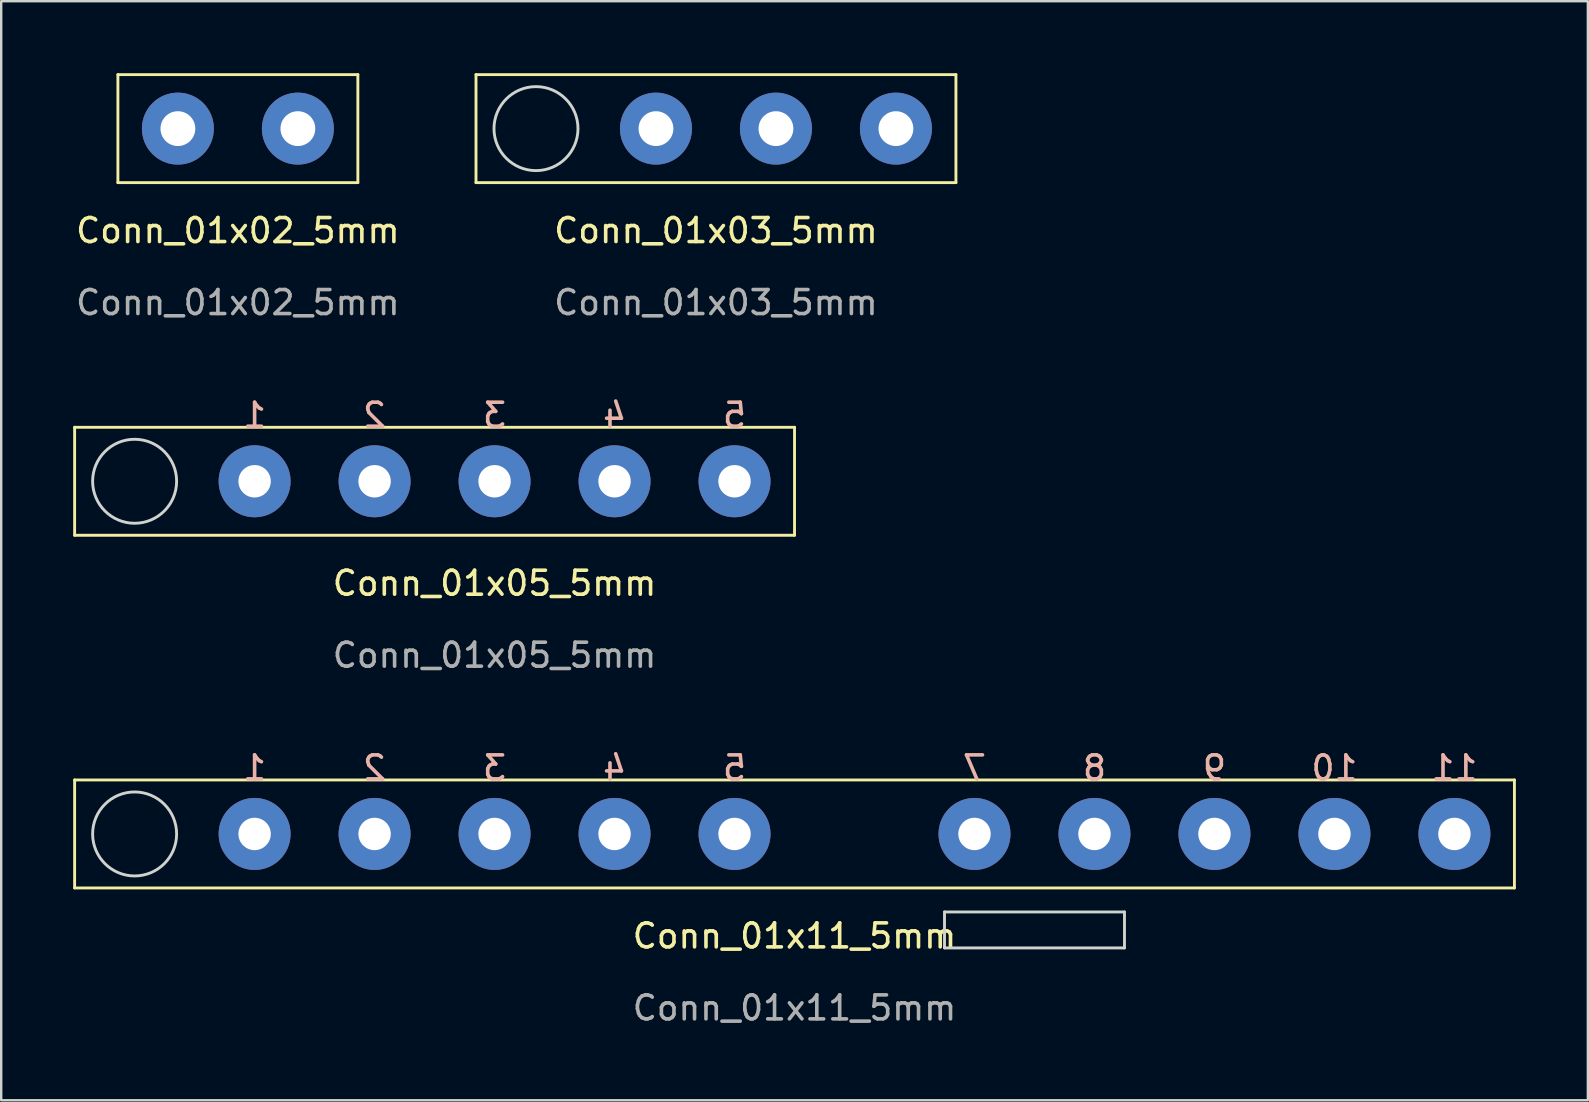
<source format=kicad_pcb>
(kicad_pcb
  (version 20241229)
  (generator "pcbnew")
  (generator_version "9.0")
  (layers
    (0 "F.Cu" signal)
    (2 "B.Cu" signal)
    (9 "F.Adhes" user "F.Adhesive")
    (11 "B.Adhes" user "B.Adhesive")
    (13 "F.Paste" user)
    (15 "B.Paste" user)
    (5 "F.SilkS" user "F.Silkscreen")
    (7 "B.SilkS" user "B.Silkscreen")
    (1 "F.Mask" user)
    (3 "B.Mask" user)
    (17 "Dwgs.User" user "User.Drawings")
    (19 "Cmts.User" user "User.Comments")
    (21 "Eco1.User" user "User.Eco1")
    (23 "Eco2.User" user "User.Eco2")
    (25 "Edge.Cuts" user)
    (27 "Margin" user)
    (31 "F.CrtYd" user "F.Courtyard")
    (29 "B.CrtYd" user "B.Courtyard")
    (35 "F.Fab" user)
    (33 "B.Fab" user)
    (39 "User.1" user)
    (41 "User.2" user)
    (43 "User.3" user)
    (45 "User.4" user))
  (footprint "Conn_01x02_5mm"
    (layer "F.Cu")
    (at 6.863 7.06)
    (property "Reference" "Conn_01x02_5mm" (at 0 -0.5 0) (unlocked yes) (layer "F.SilkS") (effects (font (size 1 1) (thickness 0.15))))
    (attr through_hole)
    (fp_line (start -5 -7) (end -5 -2.5) (stroke (width 0.12) (type default)) (layer "F.SilkS"))
    (fp_line (start -5 -2.5) (end 5 -2.5) (stroke (width 0.12) (type default)) (layer "F.SilkS"))
    (fp_line (start 5 -7) (end -5 -7) (stroke (width 0.12) (type default)) (layer "F.SilkS"))
    (fp_line (start 5 -2.5) (end 5 -7) (stroke (width 0.12) (type default)) (layer "F.SilkS"))
    (fp_text user "${REFERENCE}" (at 0 2.5 0) (unlocked yes) (layer "F.Fab") (effects (font (size 1 1) (thickness 0.15))))
    (pad "1" thru_hole circle (at -2.5 -4.75) (size 3 3) (drill 1.45) (layers "*.Cu" "*.Mask") (remove_unused_layers yes) (keep_end_layers yes) (zone_layer_connections))
    (pad "2" thru_hole circle (at 2.5 -4.75) (size 3 3) (drill 1.45) (layers "*.Cu" "*.Mask") (remove_unused_layers yes) (keep_end_layers yes) (zone_layer_connections)))
  (footprint "Conn_01x11_5mm"
    (layer "F.Cu")
    (at 7.56 31.703)
    (property "Reference" "Conn_01x11_5mm" (at 22.5 4.25 0) (unlocked yes) (layer "F.SilkS") (effects (font (size 1 1) (thickness 0.15))))
    (attr through_hole)
    (fp_line (start -7.5 -2.25) (end -7.5 2.25) (stroke (width 0.12) (type default)) (layer "F.SilkS"))
    (fp_line (start -7.5 2.25) (end 52.5 2.25) (stroke (width 0.12) (type default)) (layer "F.SilkS"))
    (fp_line (start 52.5 -2.25) (end -7.5 -2.25) (stroke (width 0.12) (type default)) (layer "F.SilkS"))
    (fp_line (start 52.5 2.25) (end 52.5 -2.25) (stroke (width 0.12) (type default)) (layer "F.SilkS"))
    (fp_line (start 28.75 3.25) (end 28.75 4.75) (stroke (width 0.12) (type default)) (layer "Edge.Cuts"))
    (fp_line (start 28.75 3.25) (end 36.25 3.25) (stroke (width 0.12) (type default)) (layer "Edge.Cuts"))
    (fp_line (start 28.75 4.75) (end 36.25 4.75) (stroke (width 0.12) (type default)) (layer "Edge.Cuts"))
    (fp_line (start 36.25 3.25) (end 36.25 4.75) (stroke (width 0.12) (type default)) (layer "Edge.Cuts"))
    (fp_circle (center -5 0) (end -3.25 0) (stroke (width 0.12) (type default)) (fill no) (layer "Edge.Cuts"))
    (fp_text user "5" (at 20 -2.75 0) (unlocked yes) (layer "B.SilkS") (effects (font (size 1 1) (thickness 0.15)) (justify mirror)))
    (fp_text user "11" (at 50 -2.75 0) (unlocked yes) (layer "B.SilkS") (effects (font (size 1 1) (thickness 0.15)) (justify mirror)))
    (fp_text user "1" (at 0 -2.75 0) (unlocked yes) (layer "B.SilkS") (effects (font (size 1 1) (thickness 0.15)) (justify mirror)))
    (fp_text user "4" (at 15 -2.75 0) (unlocked yes) (layer "B.SilkS") (effects (font (size 1 1) (thickness 0.15)) (justify mirror)))
    (fp_text user "2" (at 5 -2.75 0) (unlocked yes) (layer "B.SilkS") (effects (font (size 1 1) (thickness 0.15)) (justify mirror)))
    (fp_text user "7" (at 30 -2.75 0) (unlocked yes) (layer "B.SilkS") (effects (font (size 1 1) (thickness 0.15)) (justify mirror)))
    (fp_text user "10" (at 45 -2.75 0) (unlocked yes) (layer "B.SilkS") (effects (font (size 1 1) (thickness 0.15)) (justify mirror)))
    (fp_text user "8" (at 35 -2.75 0) (unlocked yes) (layer "B.SilkS") (effects (font (size 1 1) (thickness 0.15)) (justify mirror)))
    (fp_text user "9" (at 40 -2.75 0) (unlocked yes) (layer "B.SilkS") (effects (font (size 1 1) (thickness 0.15)) (justify mirror)))
    (fp_text user "3" (at 10 -2.75 0) (unlocked yes) (layer "B.SilkS") (effects (font (size 1 1) (thickness 0.15)) (justify mirror)))
    (fp_text user "${REFERENCE}" (at 22.5 7.25 0) (unlocked yes) (layer "F.Fab") (effects (font (size 1 1) (thickness 0.15))))
    (pad "1" thru_hole circle (at 0 0) (size 3 3) (drill 1.35) (layers "*.Cu" "B.Mask") (remove_unused_layers yes) (keep_end_layers yes) (zone_layer_connections))
    (pad "2" thru_hole circle (at 5 0) (size 3 3) (drill 1.35) (layers "*.Cu" "B.Mask") (remove_unused_layers yes) (keep_end_layers yes) (zone_layer_connections))
    (pad "3" thru_hole circle (at 10 0) (size 3 3) (drill 1.35) (layers "*.Cu" "B.Mask") (remove_unused_layers yes) (keep_end_layers yes) (zone_layer_connections))
    (pad "4" thru_hole circle (at 15 0) (size 3 3) (drill 1.35) (layers "*.Cu" "B.Mask") (remove_unused_layers yes) (keep_end_layers yes) (zone_layer_connections))
    (pad "5" thru_hole circle (at 20 0) (size 3 3) (drill 1.35) (layers "*.Cu" "B.Mask") (remove_unused_layers yes) (keep_end_layers yes) (zone_layer_connections))
    (pad "7" thru_hole circle (at 30 0) (size 3 3) (drill 1.35) (layers "*.Cu" "B.Mask") (remove_unused_layers yes) (keep_end_layers yes) (zone_layer_connections))
    (pad "8" thru_hole circle (at 35 0) (size 3 3) (drill 1.35) (layers "*.Cu" "B.Mask") (remove_unused_layers yes) (keep_end_layers yes) (zone_layer_connections))
    (pad "9" thru_hole circle (at 40 0) (size 3 3) (drill 1.35) (layers "*.Cu" "B.Mask") (remove_unused_layers yes) (keep_end_layers yes) (zone_layer_connections))
    (pad "10" thru_hole circle (at 45 0) (size 3 3) (drill 1.35) (layers "*.Cu" "B.Mask") (remove_unused_layers yes) (keep_end_layers yes) (zone_layer_connections))
    (pad "11" thru_hole circle (at 50 0) (size 3 3) (drill 1.35) (layers "*.Cu" "B.Mask") (remove_unused_layers yes) (keep_end_layers yes) (zone_layer_connections)))
  (footprint "Conn_01x05_5mm"
    (layer "F.Cu")
    (at 7.56 17.006)
    (property "Reference" "Conn_01x05_5mm" (at 10 4.25 0) (unlocked yes) (layer "F.SilkS") (effects (font (size 1 1) (thickness 0.15))))
    (attr through_hole)
    (fp_line (start -7.5 -2.25) (end -7.5 2.25) (stroke (width 0.12) (type default)) (layer "F.SilkS"))
    (fp_line (start -7.5 2.25) (end 22.5 2.25) (stroke (width 0.12) (type default)) (layer "F.SilkS"))
    (fp_line (start 22.5 -2.25) (end -7.5 -2.25) (stroke (width 0.12) (type default)) (layer "F.SilkS"))
    (fp_line (start 22.5 2.25) (end 22.5 -2.25) (stroke (width 0.12) (type default)) (layer "F.SilkS"))
    (fp_circle (center -5 0) (end -3.25 0) (stroke (width 0.12) (type default)) (fill no) (layer "Edge.Cuts"))
    (fp_text user "5" (at 20 -2.75 0) (unlocked yes) (layer "B.SilkS") (effects (font (size 1 1) (thickness 0.15)) (justify mirror)))
    (fp_text user "3" (at 10 -2.75 0) (unlocked yes) (layer "B.SilkS") (effects (font (size 1 1) (thickness 0.15)) (justify mirror)))
    (fp_text user "1" (at 0 -2.75 0) (unlocked yes) (layer "B.SilkS") (effects (font (size 1 1) (thickness 0.15)) (justify mirror)))
    (fp_text user "2" (at 5 -2.75 0) (unlocked yes) (layer "B.SilkS") (effects (font (size 1 1) (thickness 0.15)) (justify mirror)))
    (fp_text user "4" (at 15 -2.75 0) (unlocked yes) (layer "B.SilkS") (effects (font (size 1 1) (thickness 0.15)) (justify mirror)))
    (fp_text user "${REFERENCE}" (at 10 7.25 0) (unlocked yes) (layer "F.Fab") (effects (font (size 1 1) (thickness 0.15))))
    (pad "1" thru_hole circle (at 0 0) (size 3 3) (drill 1.35) (layers "*.Cu" "B.Mask") (remove_unused_layers yes) (keep_end_layers yes) (zone_layer_connections))
    (pad "2" thru_hole circle (at 5 0) (size 3 3) (drill 1.35) (layers "*.Cu" "B.Mask") (remove_unused_layers yes) (keep_end_layers yes) (zone_layer_connections))
    (pad "3" thru_hole circle (at 10 0) (size 3 3) (drill 1.35) (layers "*.Cu" "B.Mask") (remove_unused_layers yes) (keep_end_layers yes) (zone_layer_connections))
    (pad "4" thru_hole circle (at 15 0) (size 3 3) (drill 1.35) (layers "*.Cu" "B.Mask") (remove_unused_layers yes) (keep_end_layers yes) (zone_layer_connections))
    (pad "5" thru_hole circle (at 20 0) (size 3 3) (drill 1.35) (layers "*.Cu" "B.Mask") (remove_unused_layers yes) (keep_end_layers yes) (zone_layer_connections)))
  (footprint "Conn_01x03_5mm"
    (layer "F.Cu")
    (at 26.786 7.06)
    (property "Reference" "Conn_01x03_5mm" (at 0 -0.5 0) (unlocked yes) (layer "F.SilkS") (effects (font (size 1 1) (thickness 0.15))))
    (attr through_hole)
    (fp_line (start -10 -7) (end -10 -2.5) (stroke (width 0.12) (type default)) (layer "F.SilkS"))
    (fp_line (start -10 -2.5) (end 10 -2.5) (stroke (width 0.12) (type default)) (layer "F.SilkS"))
    (fp_line (start 10 -7) (end -10 -7) (stroke (width 0.12) (type default)) (layer "F.SilkS"))
    (fp_line (start 10 -2.5) (end 10 -7) (stroke (width 0.12) (type default)) (layer "F.SilkS"))
    (fp_circle (center -7.5 -4.75) (end -5.75 -4.75) (stroke (width 0.12) (type default)) (fill no) (layer "Edge.Cuts"))
    (fp_text user "${REFERENCE}" (at 0 2.5 0) (unlocked yes) (layer "F.Fab") (effects (font (size 1 1) (thickness 0.15))))
    (pad "1" thru_hole circle (at -2.5 -4.75) (size 3 3) (drill 1.45) (layers "*.Cu" "*.Mask") (remove_unused_layers yes) (keep_end_layers yes) (zone_layer_connections))
    (pad "2" thru_hole circle (at 2.5 -4.75) (size 3 3) (drill 1.45) (layers "*.Cu" "*.Mask") (remove_unused_layers yes) (keep_end_layers yes) (zone_layer_connections))
    (pad "3" thru_hole circle (at 7.5 -4.75) (size 3 3) (drill 1.45) (layers "*.Cu" "*.Mask") (remove_unused_layers yes) (keep_end_layers yes) (zone_layer_connections)))
  (gr_rect
    (start -3 -3)
    (end 63.12 42.801)
    (stroke (width 0.1) (type default))
    (fill no)
    (layer "Edge.Cuts")))
</source>
